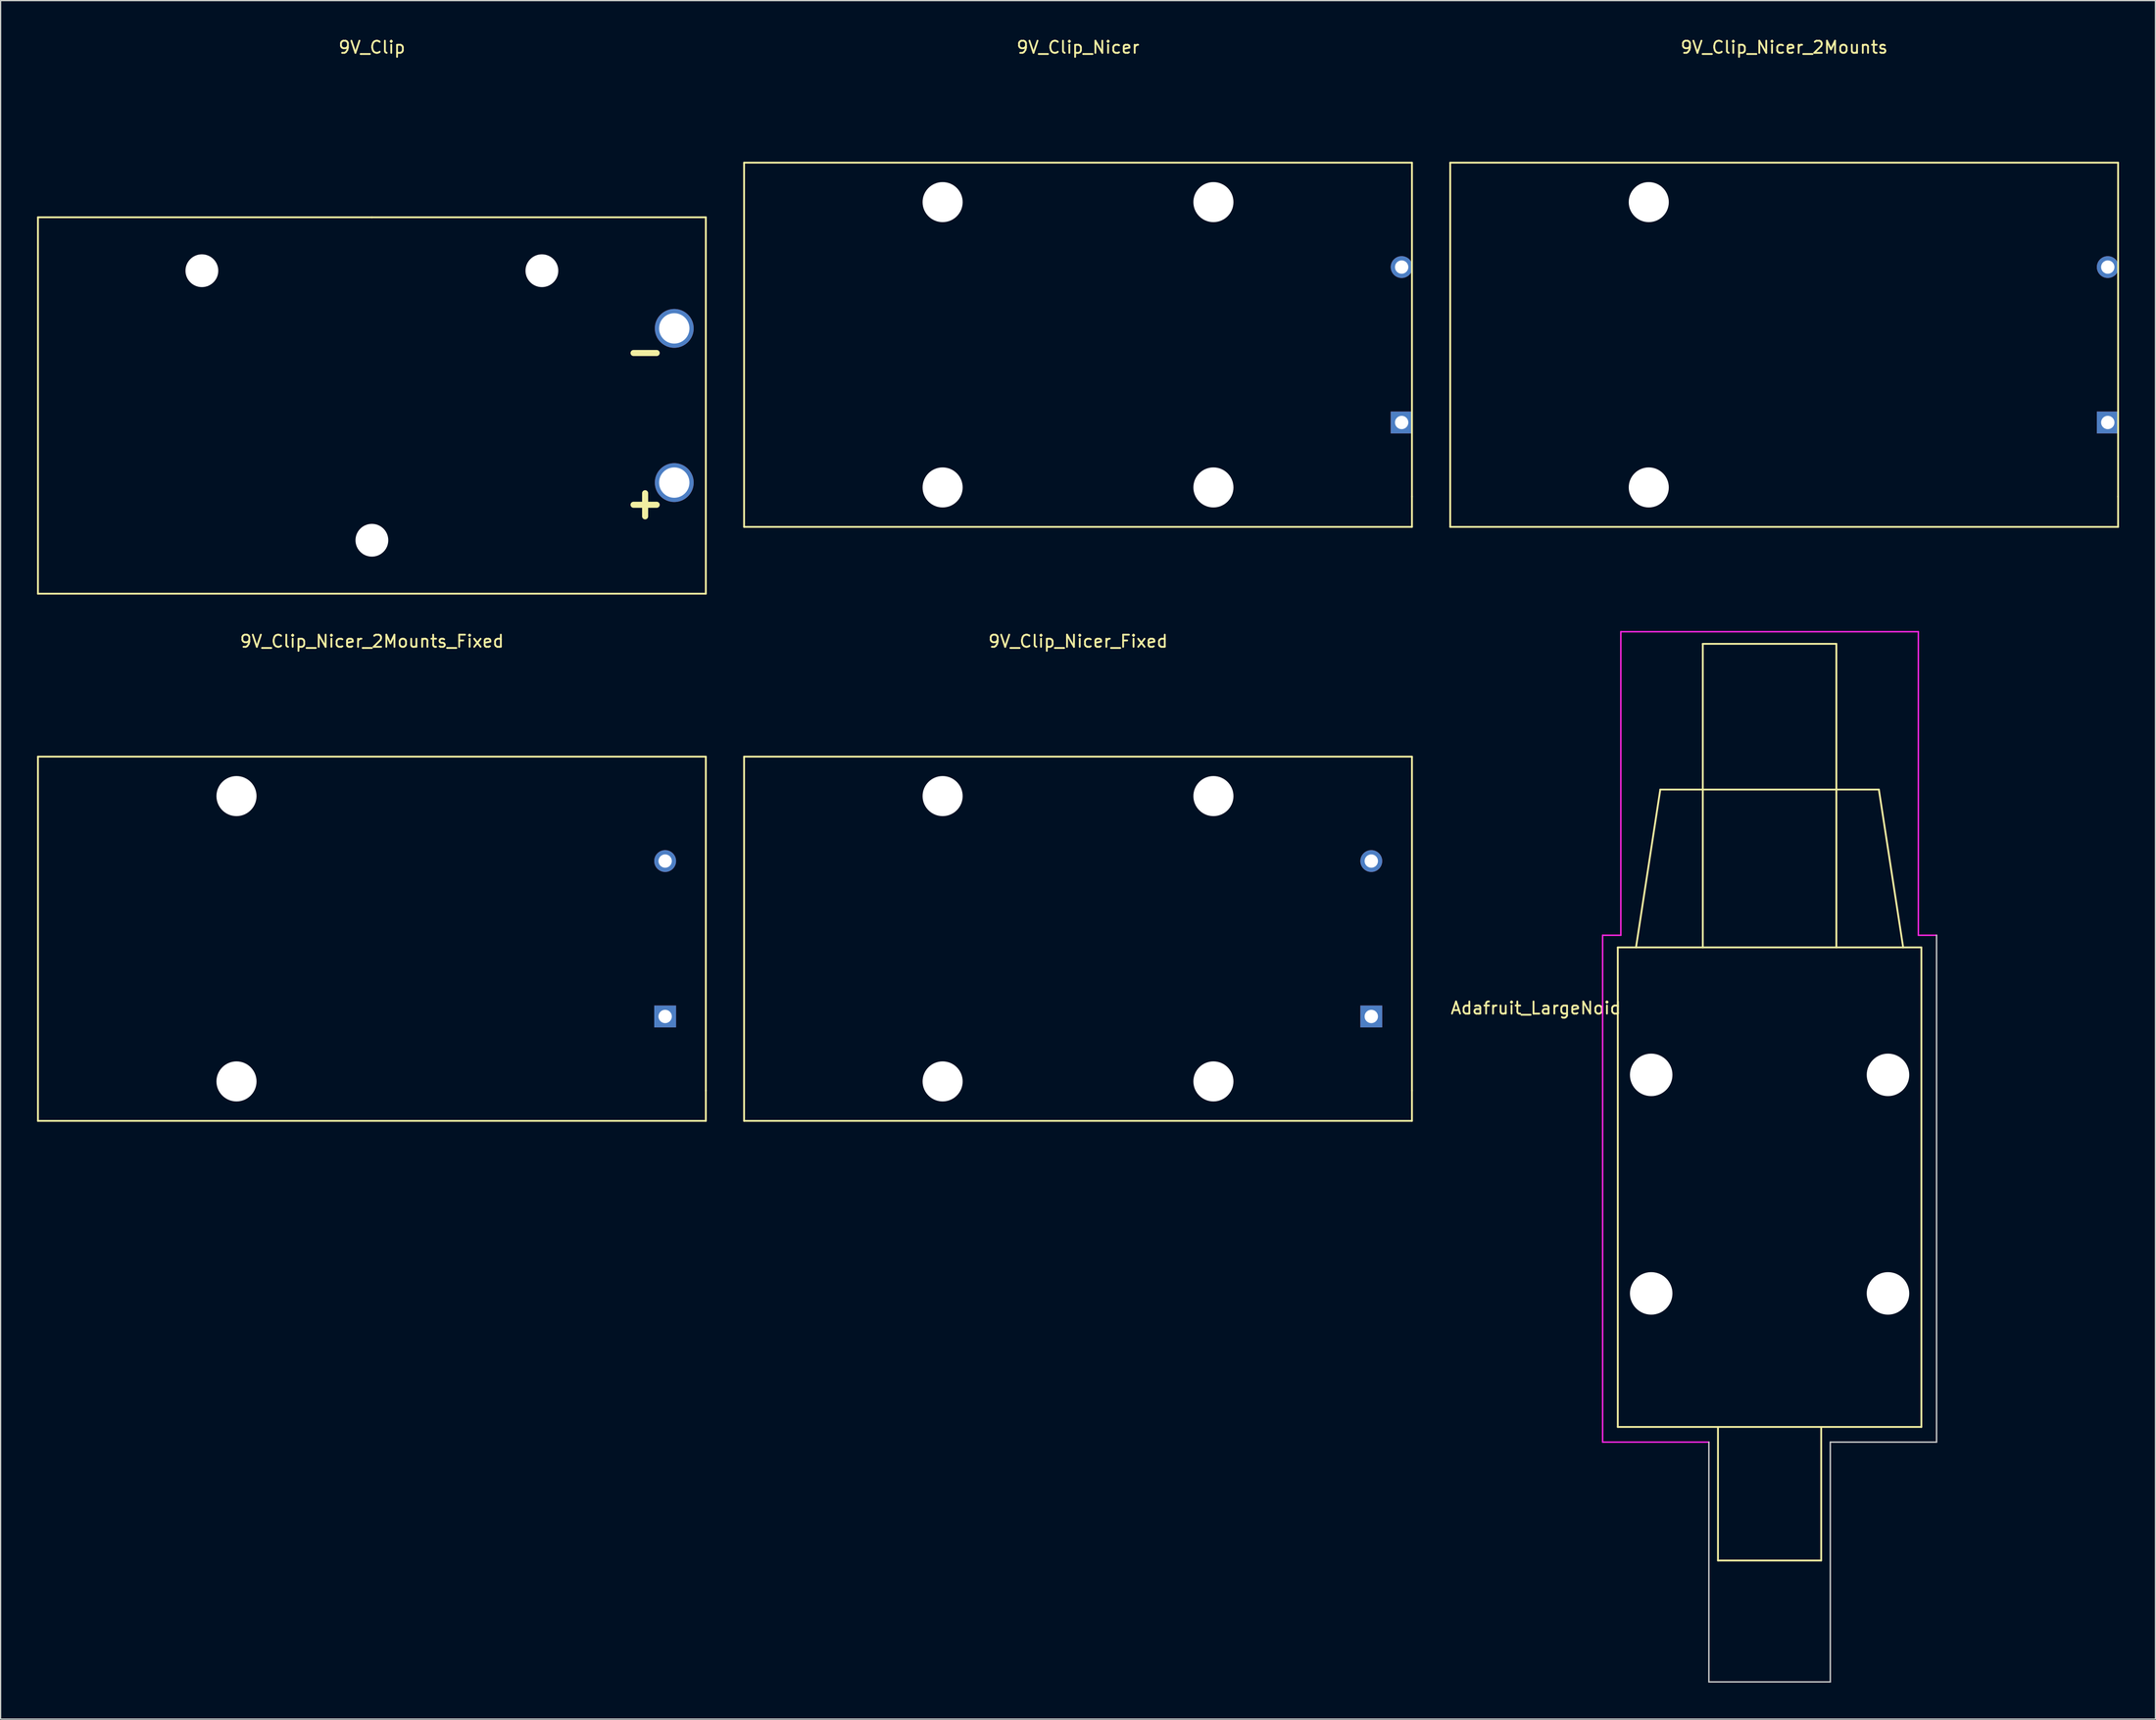
<source format=kicad_pcb>
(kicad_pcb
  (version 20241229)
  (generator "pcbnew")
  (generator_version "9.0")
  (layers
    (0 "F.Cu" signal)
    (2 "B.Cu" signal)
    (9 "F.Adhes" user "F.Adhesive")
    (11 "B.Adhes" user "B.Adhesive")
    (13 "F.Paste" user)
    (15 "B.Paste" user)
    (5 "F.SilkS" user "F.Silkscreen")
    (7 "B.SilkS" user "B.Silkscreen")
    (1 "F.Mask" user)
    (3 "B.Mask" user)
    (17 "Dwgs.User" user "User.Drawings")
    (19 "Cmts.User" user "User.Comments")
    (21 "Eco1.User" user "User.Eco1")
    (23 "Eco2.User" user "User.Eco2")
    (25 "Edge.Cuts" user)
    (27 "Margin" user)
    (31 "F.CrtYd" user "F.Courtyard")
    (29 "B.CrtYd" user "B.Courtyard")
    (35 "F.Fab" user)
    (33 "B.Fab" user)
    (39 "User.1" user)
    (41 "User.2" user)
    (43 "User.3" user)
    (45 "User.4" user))
  (footprint "9V_Clip"
    (layer "F.Cu")
    (at 27.575 30.348)
    (property "Reference" "9V_Clip" (at 0 -29.5 0) (layer "F.SilkS") (effects (font (size 1 1) (thickness 0.15))))
    (attr through_hole)
    (fp_line (start -27.5 -15.5) (end -27.5 15.5) (stroke (width 0.15) (type solid)) (layer "F.SilkS"))
    (fp_line (start -27.5 15.5) (end 27.5 15.5) (stroke (width 0.15) (type solid)) (layer "F.SilkS"))
    (fp_line (start 0 -15.5) (end -27.5 -15.5) (stroke (width 0.15) (type solid)) (layer "F.SilkS"))
    (fp_line (start 27.5 -15.5) (end 0 -15.5) (stroke (width 0.15) (type solid)) (layer "F.SilkS"))
    (fp_line (start 27.5 15.5) (end 27.5 -15.5) (stroke (width 0.15) (type solid)) (layer "F.SilkS"))
    (fp_text user "+" (at 22.5 8 0) (layer "F.SilkS") (effects (font (size 2.5 2.5) (thickness 0.5))))
    (fp_text user "-" (at 22.5 -4.5 0) (layer "F.SilkS") (effects (font (size 2.5 2.5) (thickness 0.5))))
    (pad "" np_thru_hole circle (at -14 -11.1) (size 2.7 2.7) (drill 2.7) (layers "*.Cu" "*.Mask"))
    (pad "" np_thru_hole circle (at 0 11.1) (size 2.7 2.7) (drill 2.7) (layers "*.Cu" "*.Mask"))
    (pad "" np_thru_hole circle (at 14 -11.1) (size 2.7 2.7) (drill 2.7) (layers "*.Cu" "*.Mask"))
    (pad "1" thru_hole circle (at 24.9 6.35) (size 3.2 3.2) (drill 2.5) (layers "*.Cu" "*.Mask"))
    (pad "2" thru_hole circle (at 24.9 -6.35) (size 3.2 3.2) (drill 2.5) (layers "*.Cu" "*.Mask")))
  (footprint "Adafruit_LargeNoid"
    (layer "F.Cu")
    (at 142.675 85.483)
    (property "Reference" "Adafruit_LargeNoid" (at -19.25 -5.5 0) (layer "F.SilkS") (effects (font (size 1 1) (thickness 0.15))))
    (attr through_hole)
    (fp_line (start -12.5 -10.5) (end -12.5 29) (stroke (width 0.15) (type solid)) (layer "F.SilkS"))
    (fp_line (start -12.5 29) (end 12.5 29) (stroke (width 0.15) (type solid)) (layer "F.SilkS"))
    (fp_line (start -11 -10.5) (end -9 -23.5) (stroke (width 0.15) (type solid)) (layer "F.SilkS"))
    (fp_line (start -5.5 -35.5) (end 5.5 -35.5) (stroke (width 0.15) (type solid)) (layer "F.SilkS"))
    (fp_line (start -5.5 -10.5) (end -5.5 -35.5) (stroke (width 0.15) (type solid)) (layer "F.SilkS"))
    (fp_line (start -4.25 29) (end -4.25 40) (stroke (width 0.15) (type solid)) (layer "F.SilkS"))
    (fp_line (start -4.25 40) (end 4.25 40) (stroke (width 0.15) (type solid)) (layer "F.SilkS"))
    (fp_line (start 4.25 40) (end 4.25 29) (stroke (width 0.15) (type solid)) (layer "F.SilkS"))
    (fp_line (start 5.5 -10.5) (end 5.5 -35.5) (stroke (width 0.15) (type solid)) (layer "F.SilkS"))
    (fp_line (start 9 -23.5) (end -9 -23.5) (stroke (width 0.15) (type solid)) (layer "F.SilkS"))
    (fp_line (start 9 -23.5) (end 11 -10.5) (stroke (width 0.15) (type solid)) (layer "F.SilkS"))
    (fp_line (start 12.5 -10.5) (end -12.5 -10.5) (stroke (width 0.15) (type solid)) (layer "F.SilkS"))
    (fp_line (start 12.5 29) (end 12.5 -10.5) (stroke (width 0.15) (type solid)) (layer "F.SilkS"))
    (fp_line (start -5 30.25) (end -5 50) (stroke (width 0.12) (type solid)) (layer "Dwgs.User"))
    (fp_line (start -5 50) (end 5 50) (stroke (width 0.12) (type solid)) (layer "Dwgs.User"))
    (fp_line (start 5 30.25) (end 13.75 30.25) (stroke (width 0.12) (type solid)) (layer "Dwgs.User"))
    (fp_line (start 5 50) (end 5 30.25) (stroke (width 0.12) (type solid)) (layer "Dwgs.User"))
    (fp_line (start 13.75 30.25) (end 13.75 -11.5) (stroke (width 0.12) (type solid)) (layer "Dwgs.User"))
    (fp_line (start -13.75 -11.5) (end -13.75 30.25) (stroke (width 0.12) (type solid)) (layer "F.CrtYd"))
    (fp_line (start -13.75 -11.5) (end -12.25 -11.5) (stroke (width 0.12) (type solid)) (layer "F.CrtYd"))
    (fp_line (start -13.75 30.25) (end -5 30.25) (stroke (width 0.12) (type solid)) (layer "F.CrtYd"))
    (fp_line (start -12.25 -36.5) (end 12.25 -36.5) (stroke (width 0.12) (type solid)) (layer "F.CrtYd"))
    (fp_line (start -12.25 -11.5) (end -12.25 -36.5) (stroke (width 0.12) (type solid)) (layer "F.CrtYd"))
    (fp_line (start 12.25 -11.5) (end 12.25 -36.5) (stroke (width 0.12) (type solid)) (layer "F.CrtYd"))
    (fp_line (start 13.75 -11.5) (end 12.25 -11.5) (stroke (width 0.12) (type solid)) (layer "F.CrtYd"))
    (pad "" np_thru_hole circle (at -9.75 0) (size 3.5 3.5) (drill 3.5) (layers "*.Cu" "*.Mask"))
    (pad "" np_thru_hole circle (at -9.75 18) (size 3.5 3.5) (drill 3.5) (layers "*.Cu" "*.Mask"))
    (pad "" np_thru_hole circle (at 9.75 0) (size 3.5 3.5) (drill 3.5) (layers "*.Cu" "*.Mask"))
    (pad "" np_thru_hole circle (at 9.75 18) (size 3.5 3.5) (drill 3.5) (layers "*.Cu" "*.Mask")))
  (footprint "9V_Clip_Nicer_2Mounts_Fixed"
    (layer "F.Cu")
    (at 27.575 74.272)
    (property "Reference" "9V_Clip_Nicer_2Mounts_Fixed" (at 0 -24.5 0) (layer "F.SilkS") (effects (font (size 1 1) (thickness 0.15))))
    (attr through_hole)
    (fp_line (start -27.5 -15) (end 27.5 -15) (stroke (width 0.15) (type solid)) (layer "F.SilkS"))
    (fp_line (start -27.5 15) (end -27.5 -15) (stroke (width 0.15) (type solid)) (layer "F.SilkS"))
    (fp_line (start 27.5 -15) (end 27.5 12.5) (stroke (width 0.15) (type solid)) (layer "F.SilkS"))
    (fp_line (start 27.5 12.5) (end 27.5 15) (stroke (width 0.15) (type solid)) (layer "F.SilkS"))
    (fp_line (start 27.5 15) (end -27.5 15) (stroke (width 0.15) (type solid)) (layer "F.SilkS"))
    (pad "" np_thru_hole circle (at -11.15 -11.75) (size 3.3 3.3) (drill 3.3) (layers "*.Cu" "*.Mask"))
    (pad "" np_thru_hole circle (at -11.15 11.75) (size 3.3 3.3) (drill 3.3) (layers "*.Cu" "*.Mask"))
    (pad "1" thru_hole rect (at 24.15 6.4) (size 1.8 1.8) (drill 1.1) (layers "*.Cu" "*.Mask"))
    (pad "2" thru_hole circle (at 24.15 -6.4) (size 1.8 1.8) (drill 1.1) (layers "*.Cu" "*.Mask")))
  (footprint "9V_Clip_Nicer_Fixed"
    (layer "F.Cu")
    (at 85.725 74.272)
    (property "Reference" "9V_Clip_Nicer_Fixed" (at 0 -24.5 0) (layer "F.SilkS") (effects (font (size 1 1) (thickness 0.15))))
    (attr through_hole)
    (fp_line (start -27.5 -15) (end 27.5 -15) (stroke (width 0.15) (type solid)) (layer "F.SilkS"))
    (fp_line (start -27.5 15) (end -27.5 -15) (stroke (width 0.15) (type solid)) (layer "F.SilkS"))
    (fp_line (start 27.5 -15) (end 27.5 12.5) (stroke (width 0.15) (type solid)) (layer "F.SilkS"))
    (fp_line (start 27.5 12.5) (end 27.5 15) (stroke (width 0.15) (type solid)) (layer "F.SilkS"))
    (fp_line (start 27.5 15) (end -27.5 15) (stroke (width 0.15) (type solid)) (layer "F.SilkS"))
    (pad "" np_thru_hole circle (at -11.15 -11.75) (size 3.3 3.3) (drill 3.3) (layers "*.Cu" "*.Mask"))
    (pad "" np_thru_hole circle (at -11.15 11.75) (size 3.3 3.3) (drill 3.3) (layers "*.Cu" "*.Mask"))
    (pad "" np_thru_hole circle (at 11.15 -11.75) (size 3.3 3.3) (drill 3.3) (layers "*.Cu" "*.Mask"))
    (pad "" np_thru_hole circle (at 11.15 11.75) (size 3.3 3.3) (drill 3.3) (layers "*.Cu" "*.Mask"))
    (pad "1" thru_hole rect (at 24.15 6.4) (size 1.8 1.8) (drill 1.1) (layers "*.Cu" "*.Mask"))
    (pad "2" thru_hole circle (at 24.15 -6.4) (size 1.8 1.8) (drill 1.1) (layers "*.Cu" "*.Mask")))
  (footprint "9V_Clip_Nicer"
    (layer "F.Cu")
    (at 85.725 25.348)
    (property "Reference" "9V_Clip_Nicer" (at 0 -24.5 0) (layer "F.SilkS") (effects (font (size 1 1) (thickness 0.15))))
    (attr through_hole)
    (fp_line (start -27.5 -15) (end 27.5 -15) (stroke (width 0.15) (type solid)) (layer "F.SilkS"))
    (fp_line (start -27.5 15) (end -27.5 -15) (stroke (width 0.15) (type solid)) (layer "F.SilkS"))
    (fp_line (start 27.5 -15) (end 27.5 12.5) (stroke (width 0.15) (type solid)) (layer "F.SilkS"))
    (fp_line (start 27.5 12.5) (end 27.5 15) (stroke (width 0.15) (type solid)) (layer "F.SilkS"))
    (fp_line (start 27.5 15) (end -27.5 15) (stroke (width 0.15) (type solid)) (layer "F.SilkS"))
    (pad "" np_thru_hole circle (at -11.15 -11.75) (size 3.3 3.3) (drill 3.3) (layers "*.Cu" "*.Mask"))
    (pad "" np_thru_hole circle (at -11.15 11.75) (size 3.3 3.3) (drill 3.3) (layers "*.Cu" "*.Mask"))
    (pad "" np_thru_hole circle (at 11.15 -11.75) (size 3.3 3.3) (drill 3.3) (layers "*.Cu" "*.Mask"))
    (pad "" np_thru_hole circle (at 11.15 11.75) (size 3.3 3.3) (drill 3.3) (layers "*.Cu" "*.Mask"))
    (pad "1" thru_hole rect (at 26.65 6.4) (size 1.8 1.8) (drill 1.1) (layers "*.Cu" "*.Mask"))
    (pad "2" thru_hole circle (at 26.65 -6.4) (size 1.8 1.8) (drill 1.1) (layers "*.Cu" "*.Mask")))
  (footprint "9V_Clip_Nicer_2Mounts"
    (layer "F.Cu")
    (at 143.875 25.348)
    (property "Reference" "9V_Clip_Nicer_2Mounts" (at 0 -24.5 0) (layer "F.SilkS") (effects (font (size 1 1) (thickness 0.15))))
    (attr through_hole)
    (fp_line (start -27.5 -15) (end 27.5 -15) (stroke (width 0.15) (type solid)) (layer "F.SilkS"))
    (fp_line (start -27.5 15) (end -27.5 -15) (stroke (width 0.15) (type solid)) (layer "F.SilkS"))
    (fp_line (start 27.5 -15) (end 27.5 12.5) (stroke (width 0.15) (type solid)) (layer "F.SilkS"))
    (fp_line (start 27.5 12.5) (end 27.5 15) (stroke (width 0.15) (type solid)) (layer "F.SilkS"))
    (fp_line (start 27.5 15) (end -27.5 15) (stroke (width 0.15) (type solid)) (layer "F.SilkS"))
    (pad "" np_thru_hole circle (at -11.15 -11.75) (size 3.3 3.3) (drill 3.3) (layers "*.Cu" "*.Mask"))
    (pad "" np_thru_hole circle (at -11.15 11.75) (size 3.3 3.3) (drill 3.3) (layers "*.Cu" "*.Mask"))
    (pad "1" thru_hole rect (at 26.65 6.4) (size 1.8 1.8) (drill 1.1) (layers "*.Cu" "*.Mask"))
    (pad "2" thru_hole circle (at 26.65 -6.4) (size 1.8 1.8) (drill 1.1) (layers "*.Cu" "*.Mask")))
  (gr_rect
    (start -3 -3)
    (end 174.45 138.543)
    (stroke (width 0.1) (type default))
    (fill no)
    (layer "Edge.Cuts")))
</source>
